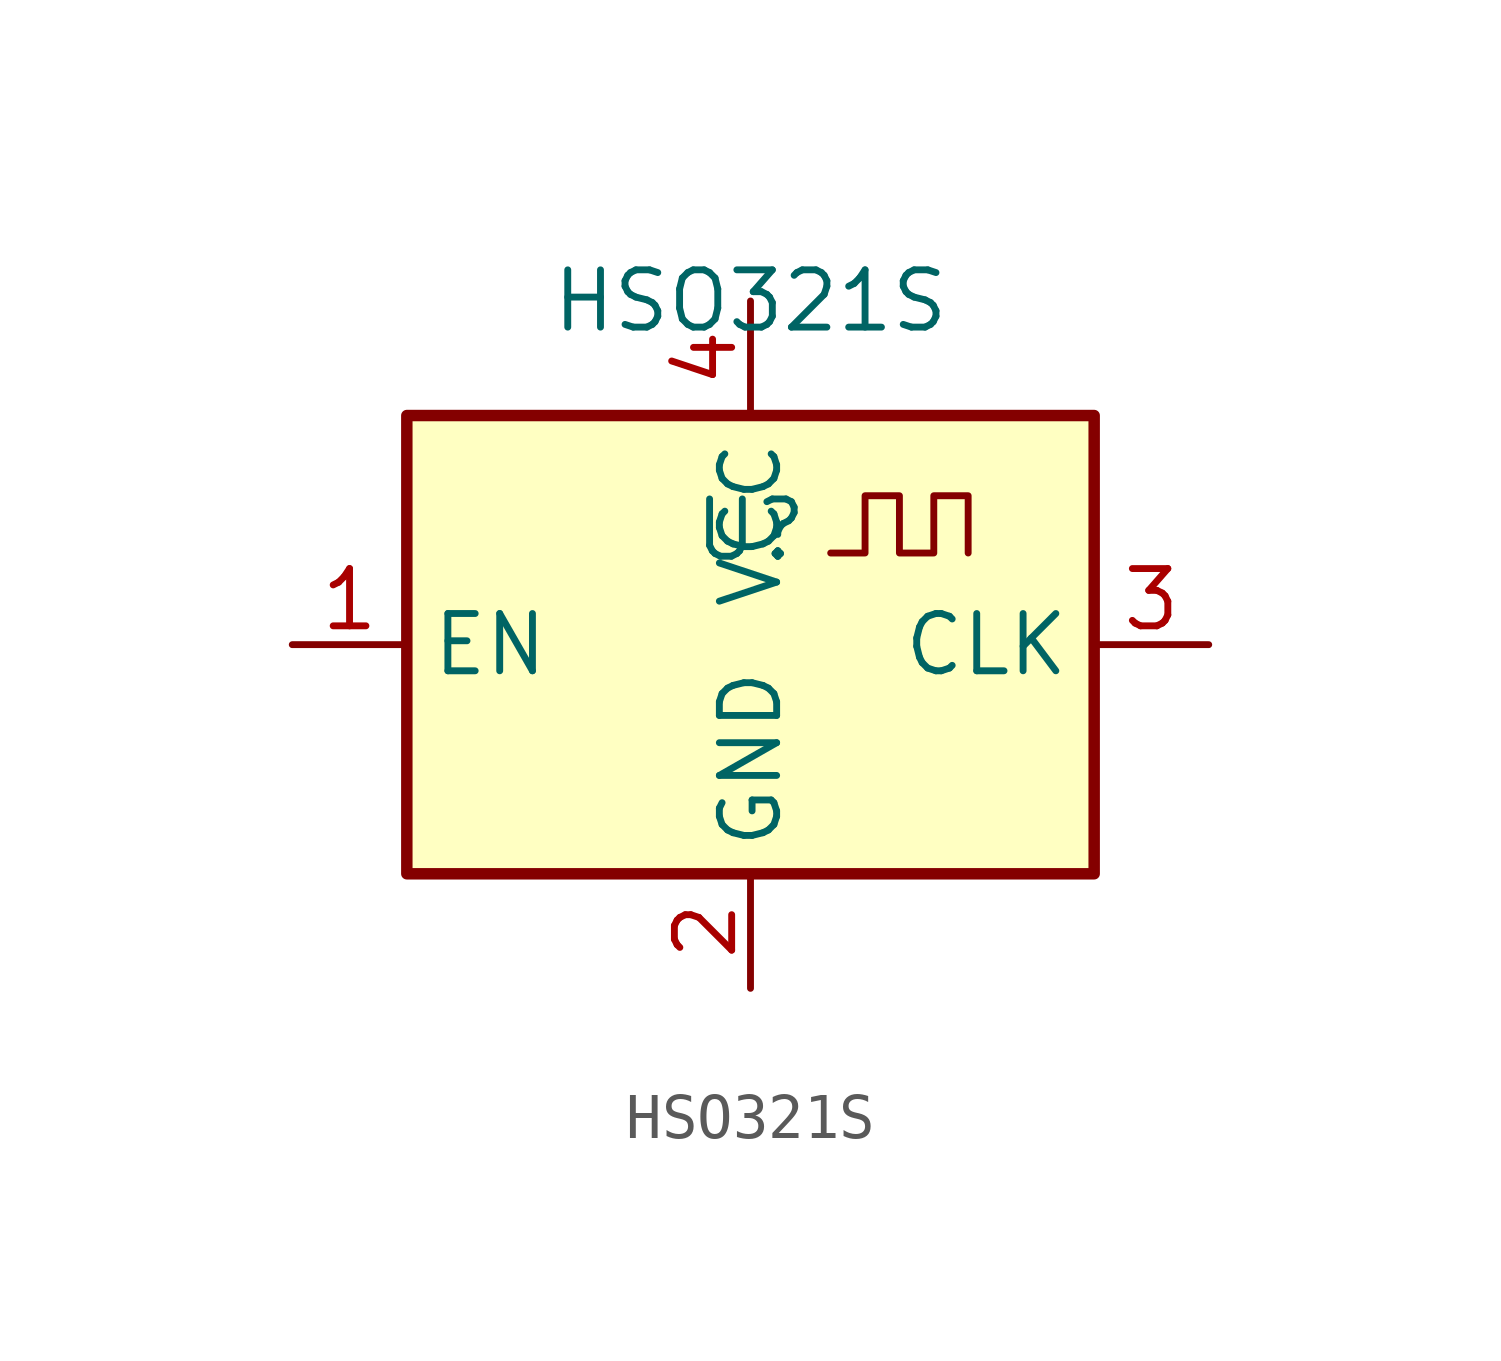
<source format=kicad_sym>
(kicad_symbol_lib
  (version 20211014)
  (generator kicad_symbol_editor)
  (symbol "HSO321S"
    (property "Reference" "U"
      (at 0 2.54 0)
      (effects (font (size 1.27 1.27))))
    (property "Value" "HSO321S"
      (at 0 7.62 0)
      (effects (font (size 1.27 1.27))))
    (symbol "HSO321S_0_1"
      (rectangle (start -7.62 5.08) (end 7.62 -5.08) (stroke (width 0.254) (type default) (color 0 0 0 0)) (fill (type background))))
    (symbol "HSO321S_1_1"
      (polyline (pts (xy 1.778 2.032) (xy 2.54 2.032) (xy 2.54 3.302) (xy 3.302 3.302) (xy 3.302 2.032) (xy 4.064 2.032) (xy 4.064 3.302) (xy 4.826 3.302) (xy 4.826 2.032)) (stroke (width 0) (type default) (color 0 0 0 0)) (fill (type none)))
      (pin tri_state line (at -10.16 0 0) (length 2.54) (name "EN" (effects (font (size 1.27 1.27)))) (number "1" (effects (font (size 1.27 1.27)))))
      (pin power_in line (at 0 -7.62 90) (length 2.54) (name "GND" (effects (font (size 1.27 1.27)))) (number "2" (effects (font (size 1.27 1.27)))))
      (pin output line (at 10.16 0 180) (length 2.54) (name "CLK" (effects (font (size 1.27 1.27)))) (number "3" (effects (font (size 1.27 1.27)))))
      (pin power_in line (at 0 7.62 270) (length 2.54) (name "VCC" (effects (font (size 1.27 1.27)))) (number "4" (effects (font (size 1.27 1.27))))))))
</source>
